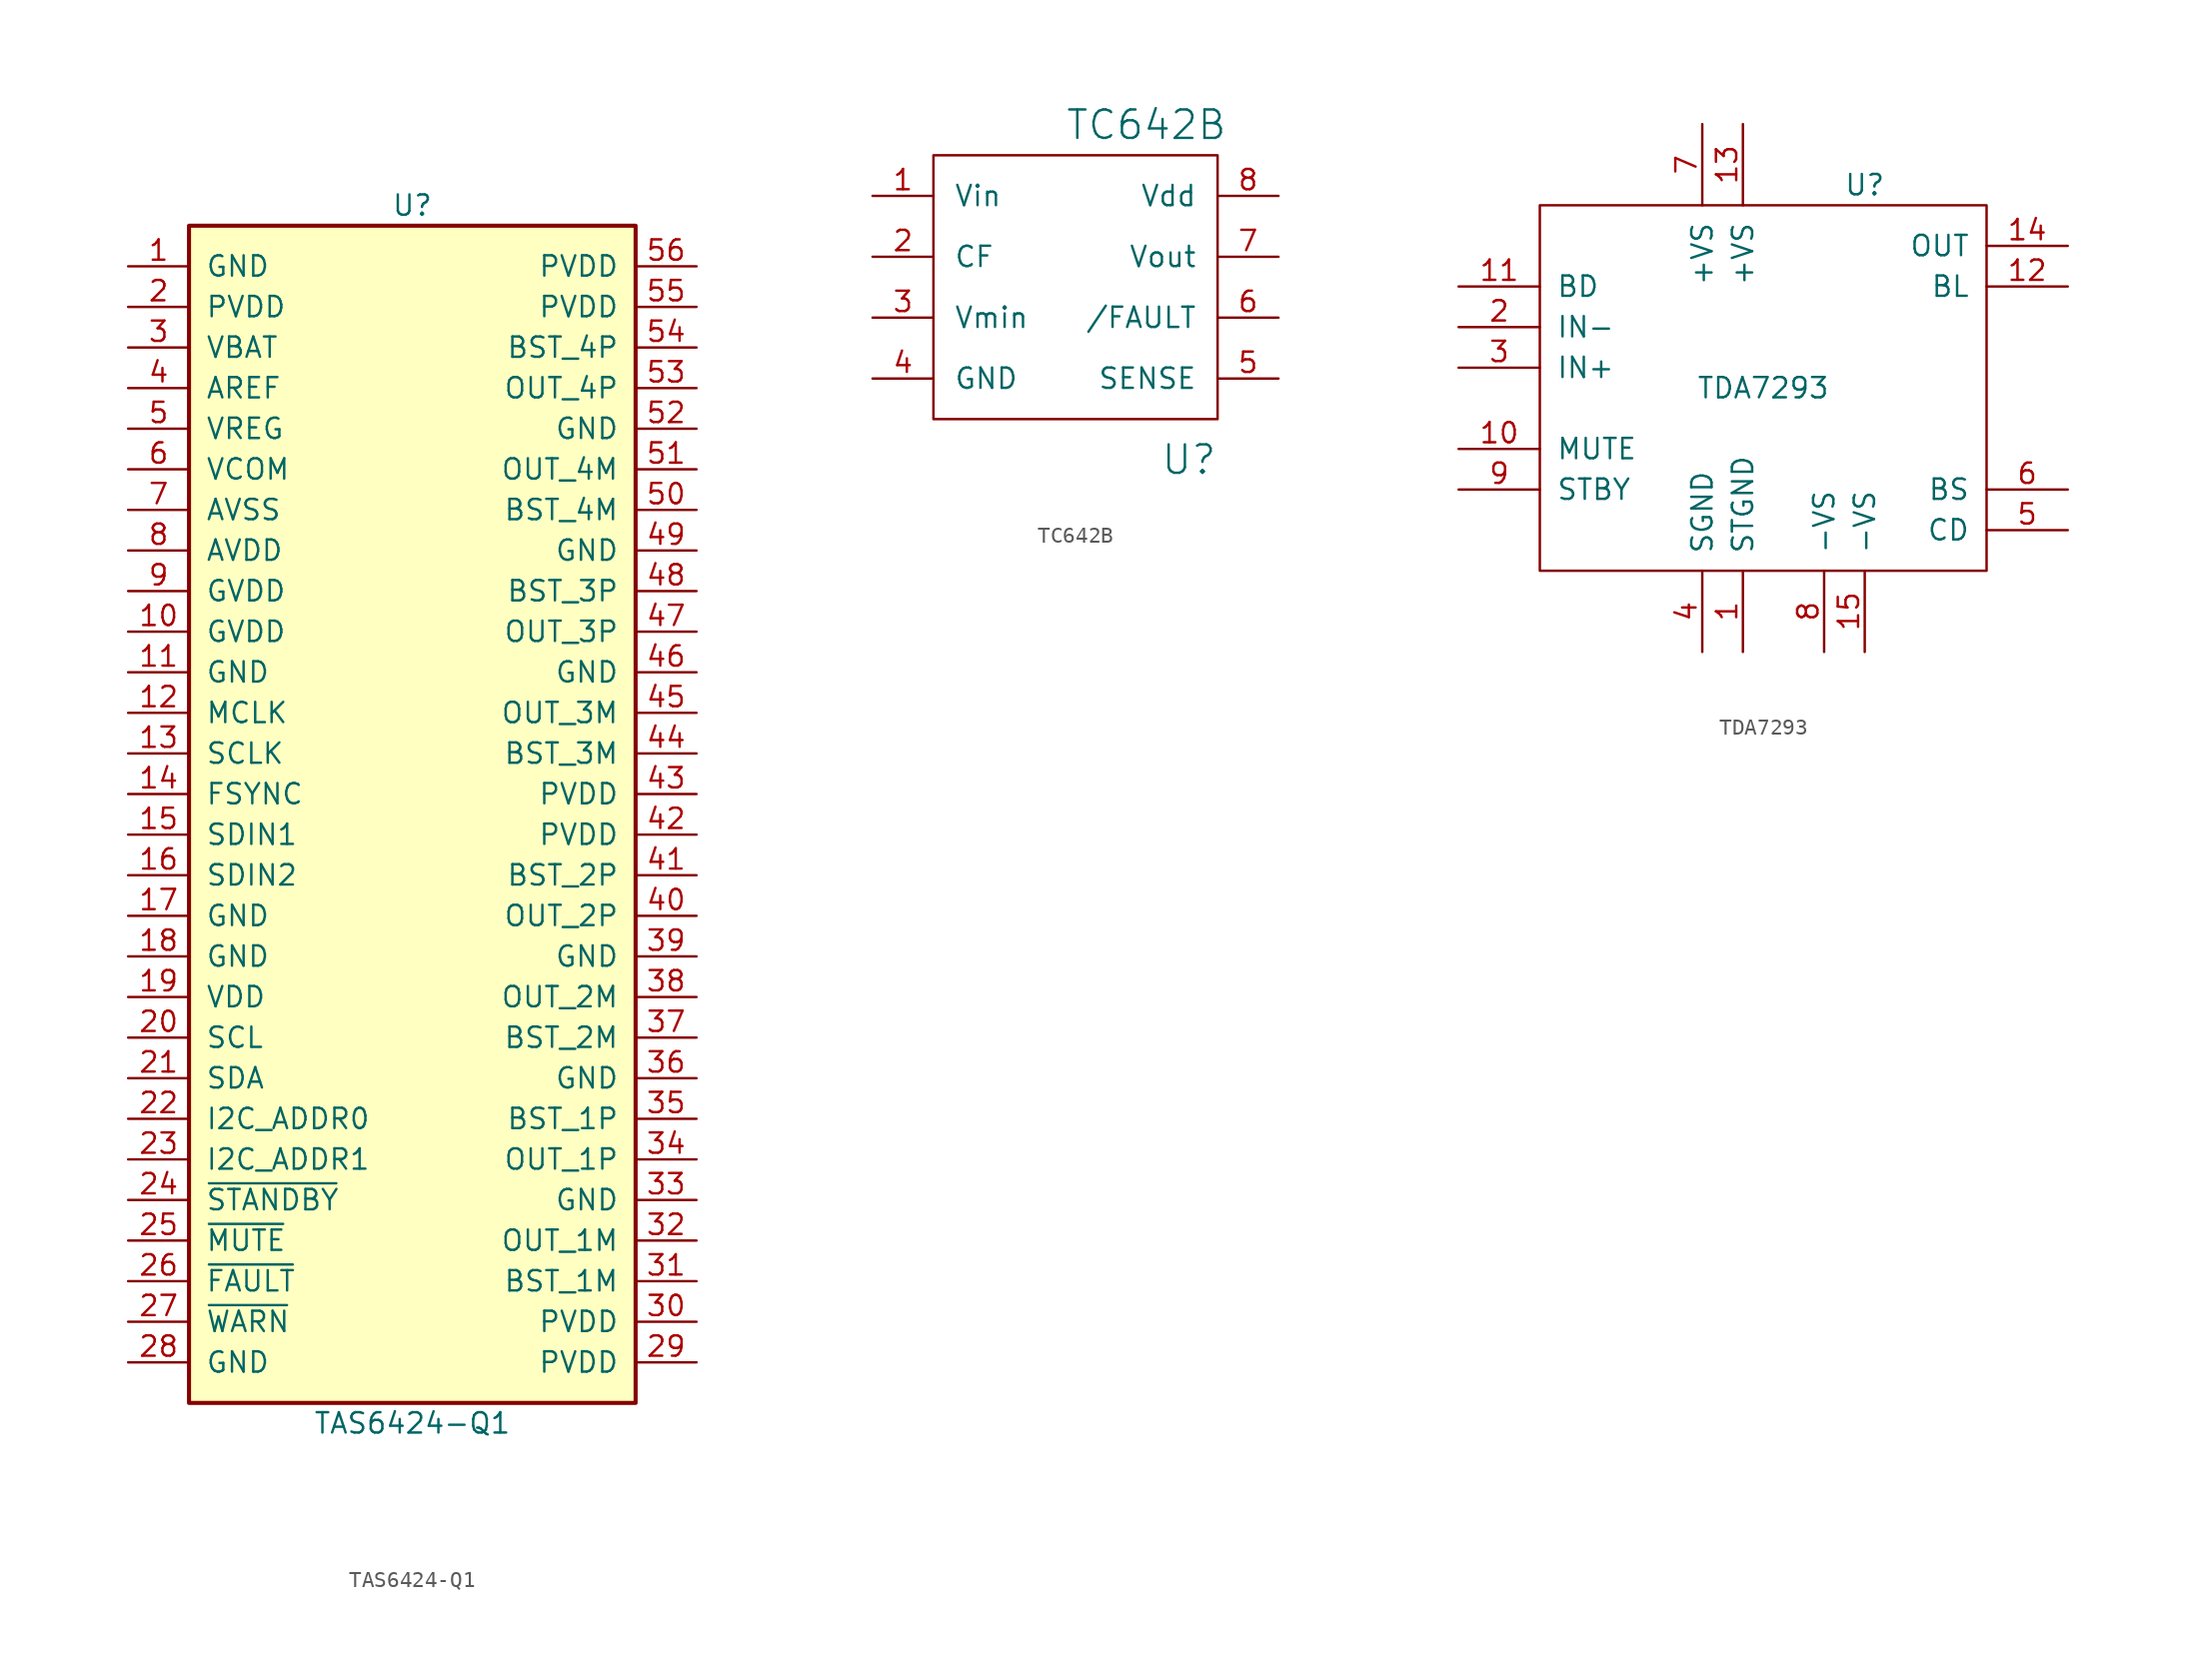
<source format=kicad_sym>
(kicad_symbol_lib
  (version 20211014)
  (generator kicad_symbol_editor)
  (symbol "TAS6424-Q1"
    (pin_names
      (offset 1.016))
    (property "Reference" "U"
      (at 0 39.37 0)
      (effects (font (size 1.27 1.27))))
    (property "Value" "TAS6424-Q1"
      (at 0 -36.83 0)
      (effects (font (size 1.27 1.27))))
    (symbol "TAS6424-Q1_0_1"
      (rectangle (start -13.97 38.1) (end 13.97 -35.56) (stroke (width 0.254) (type default) (color 0 0 0 0)) (fill (type background))))
    (symbol "TAS6424-Q1_1_1"
      (pin power_out line (at -17.78 35.56 0) (length 3.81) (name "GND" (effects (font (size 1.27 1.27)))) (number "1" (effects (font (size 1.27 1.27)))))
      (pin power_in line (at -17.78 12.7 0) (length 3.81) (name "GVDD" (effects (font (size 1.27 1.27)))) (number "10" (effects (font (size 1.27 1.27)))))
      (pin power_out line (at -17.78 10.16 0) (length 3.81) (name "GND" (effects (font (size 1.27 1.27)))) (number "11" (effects (font (size 1.27 1.27)))))
      (pin input line (at -17.78 7.62 0) (length 3.81) (name "MCLK" (effects (font (size 1.27 1.27)))) (number "12" (effects (font (size 1.27 1.27)))))
      (pin input line (at -17.78 5.08 0) (length 3.81) (name "SCLK" (effects (font (size 1.27 1.27)))) (number "13" (effects (font (size 1.27 1.27)))))
      (pin input line (at -17.78 2.54 0) (length 3.81) (name "FSYNC" (effects (font (size 1.27 1.27)))) (number "14" (effects (font (size 1.27 1.27)))))
      (pin input line (at -17.78 0 0) (length 3.81) (name "SDIN1" (effects (font (size 1.27 1.27)))) (number "15" (effects (font (size 1.27 1.27)))))
      (pin input line (at -17.78 -2.54 0) (length 3.81) (name "SDIN2" (effects (font (size 1.27 1.27)))) (number "16" (effects (font (size 1.27 1.27)))))
      (pin power_out line (at -17.78 -5.08 0) (length 3.81) (name "GND" (effects (font (size 1.27 1.27)))) (number "17" (effects (font (size 1.27 1.27)))))
      (pin power_out line (at -17.78 -7.62 0) (length 3.81) (name "GND" (effects (font (size 1.27 1.27)))) (number "18" (effects (font (size 1.27 1.27)))))
      (pin power_in line (at -17.78 -10.16 0) (length 3.81) (name "VDD" (effects (font (size 1.27 1.27)))) (number "19" (effects (font (size 1.27 1.27)))))
      (pin power_in line (at -17.78 33.02 0) (length 3.81) (name "PVDD" (effects (font (size 1.27 1.27)))) (number "2" (effects (font (size 1.27 1.27)))))
      (pin input line (at -17.78 -12.7 0) (length 3.81) (name "SCL" (effects (font (size 1.27 1.27)))) (number "20" (effects (font (size 1.27 1.27)))))
      (pin bidirectional line (at -17.78 -15.24 0) (length 3.81) (name "SDA" (effects (font (size 1.27 1.27)))) (number "21" (effects (font (size 1.27 1.27)))))
      (pin input line (at -17.78 -17.78 0) (length 3.81) (name "I2C_ADDR0" (effects (font (size 1.27 1.27)))) (number "22" (effects (font (size 1.27 1.27)))))
      (pin input line (at -17.78 -20.32 0) (length 3.81) (name "I2C_ADDR1" (effects (font (size 1.27 1.27)))) (number "23" (effects (font (size 1.27 1.27)))))
      (pin input line (at -17.78 -22.86 0) (length 3.81) (name "~{STANDBY}" (effects (font (size 1.27 1.27)))) (number "24" (effects (font (size 1.27 1.27)))))
      (pin input line (at -17.78 -25.4 0) (length 3.81) (name "~{MUTE}" (effects (font (size 1.27 1.27)))) (number "25" (effects (font (size 1.27 1.27)))))
      (pin output line (at -17.78 -27.94 0) (length 3.81) (name "~{FAULT}" (effects (font (size 1.27 1.27)))) (number "26" (effects (font (size 1.27 1.27)))))
      (pin output line (at -17.78 -30.48 0) (length 3.81) (name "~{WARN}" (effects (font (size 1.27 1.27)))) (number "27" (effects (font (size 1.27 1.27)))))
      (pin power_out line (at -17.78 -33.02 0) (length 3.81) (name "GND" (effects (font (size 1.27 1.27)))) (number "28" (effects (font (size 1.27 1.27)))))
      (pin power_in line (at 17.78 -33.02 180) (length 3.81) (name "PVDD" (effects (font (size 1.27 1.27)))) (number "29" (effects (font (size 1.27 1.27)))))
      (pin input line (at -17.78 30.48 0) (length 3.81) (name "VBAT" (effects (font (size 1.27 1.27)))) (number "3" (effects (font (size 1.27 1.27)))))
      (pin power_in line (at 17.78 -30.48 180) (length 3.81) (name "PVDD" (effects (font (size 1.27 1.27)))) (number "30" (effects (font (size 1.27 1.27)))))
      (pin passive line (at 17.78 -27.94 180) (length 3.81) (name "BST_1M" (effects (font (size 1.27 1.27)))) (number "31" (effects (font (size 1.27 1.27)))))
      (pin output line (at 17.78 -25.4 180) (length 3.81) (name "OUT_1M" (effects (font (size 1.27 1.27)))) (number "32" (effects (font (size 1.27 1.27)))))
      (pin power_out line (at 17.78 -22.86 180) (length 3.81) (name "GND" (effects (font (size 1.27 1.27)))) (number "33" (effects (font (size 1.27 1.27)))))
      (pin output line (at 17.78 -20.32 180) (length 3.81) (name "OUT_1P" (effects (font (size 1.27 1.27)))) (number "34" (effects (font (size 1.27 1.27)))))
      (pin passive line (at 17.78 -17.78 180) (length 3.81) (name "BST_1P" (effects (font (size 1.27 1.27)))) (number "35" (effects (font (size 1.27 1.27)))))
      (pin power_out line (at 17.78 -15.24 180) (length 3.81) (name "GND" (effects (font (size 1.27 1.27)))) (number "36" (effects (font (size 1.27 1.27)))))
      (pin passive line (at 17.78 -12.7 180) (length 3.81) (name "BST_2M" (effects (font (size 1.27 1.27)))) (number "37" (effects (font (size 1.27 1.27)))))
      (pin output line (at 17.78 -10.16 180) (length 3.81) (name "OUT_2M" (effects (font (size 1.27 1.27)))) (number "38" (effects (font (size 1.27 1.27)))))
      (pin power_out line (at 17.78 -7.62 180) (length 3.81) (name "GND" (effects (font (size 1.27 1.27)))) (number "39" (effects (font (size 1.27 1.27)))))
      (pin passive line (at -17.78 27.94 0) (length 3.81) (name "AREF" (effects (font (size 1.27 1.27)))) (number "4" (effects (font (size 1.27 1.27)))))
      (pin output line (at 17.78 -5.08 180) (length 3.81) (name "OUT_2P" (effects (font (size 1.27 1.27)))) (number "40" (effects (font (size 1.27 1.27)))))
      (pin passive line (at 17.78 -2.54 180) (length 3.81) (name "BST_2P" (effects (font (size 1.27 1.27)))) (number "41" (effects (font (size 1.27 1.27)))))
      (pin power_in line (at 17.78 0 180) (length 3.81) (name "PVDD" (effects (font (size 1.27 1.27)))) (number "42" (effects (font (size 1.27 1.27)))))
      (pin power_in line (at 17.78 2.54 180) (length 3.81) (name "PVDD" (effects (font (size 1.27 1.27)))) (number "43" (effects (font (size 1.27 1.27)))))
      (pin passive line (at 17.78 5.08 180) (length 3.81) (name "BST_3M" (effects (font (size 1.27 1.27)))) (number "44" (effects (font (size 1.27 1.27)))))
      (pin output line (at 17.78 7.62 180) (length 3.81) (name "OUT_3M" (effects (font (size 1.27 1.27)))) (number "45" (effects (font (size 1.27 1.27)))))
      (pin power_out line (at 17.78 10.16 180) (length 3.81) (name "GND" (effects (font (size 1.27 1.27)))) (number "46" (effects (font (size 1.27 1.27)))))
      (pin output line (at 17.78 12.7 180) (length 3.81) (name "OUT_3P" (effects (font (size 1.27 1.27)))) (number "47" (effects (font (size 1.27 1.27)))))
      (pin passive line (at 17.78 15.24 180) (length 3.81) (name "BST_3P" (effects (font (size 1.27 1.27)))) (number "48" (effects (font (size 1.27 1.27)))))
      (pin power_out line (at 17.78 17.78 180) (length 3.81) (name "GND" (effects (font (size 1.27 1.27)))) (number "49" (effects (font (size 1.27 1.27)))))
      (pin passive line (at -17.78 25.4 0) (length 3.81) (name "VREG" (effects (font (size 1.27 1.27)))) (number "5" (effects (font (size 1.27 1.27)))))
      (pin passive line (at 17.78 20.32 180) (length 3.81) (name "BST_4M" (effects (font (size 1.27 1.27)))) (number "50" (effects (font (size 1.27 1.27)))))
      (pin output line (at 17.78 22.86 180) (length 3.81) (name "OUT_4M" (effects (font (size 1.27 1.27)))) (number "51" (effects (font (size 1.27 1.27)))))
      (pin power_out line (at 17.78 25.4 180) (length 3.81) (name "GND" (effects (font (size 1.27 1.27)))) (number "52" (effects (font (size 1.27 1.27)))))
      (pin output line (at 17.78 27.94 180) (length 3.81) (name "OUT_4P" (effects (font (size 1.27 1.27)))) (number "53" (effects (font (size 1.27 1.27)))))
      (pin passive line (at 17.78 30.48 180) (length 3.81) (name "BST_4P" (effects (font (size 1.27 1.27)))) (number "54" (effects (font (size 1.27 1.27)))))
      (pin power_in line (at 17.78 33.02 180) (length 3.81) (name "PVDD" (effects (font (size 1.27 1.27)))) (number "55" (effects (font (size 1.27 1.27)))))
      (pin power_in line (at 17.78 35.56 180) (length 3.81) (name "PVDD" (effects (font (size 1.27 1.27)))) (number "56" (effects (font (size 1.27 1.27)))))
      (pin passive line (at -17.78 22.86 0) (length 3.81) (name "VCOM" (effects (font (size 1.27 1.27)))) (number "6" (effects (font (size 1.27 1.27)))))
      (pin power_out line (at -17.78 20.32 0) (length 3.81) (name "AVSS" (effects (font (size 1.27 1.27)))) (number "7" (effects (font (size 1.27 1.27)))))
      (pin power_in line (at -17.78 17.78 0) (length 3.81) (name "AVDD" (effects (font (size 1.27 1.27)))) (number "8" (effects (font (size 1.27 1.27)))))
      (pin power_in line (at -17.78 15.24 0) (length 3.81) (name "GVDD" (effects (font (size 1.27 1.27)))) (number "9" (effects (font (size 1.27 1.27)))))))
  (symbol "TC642B"
    (pin_names
      (offset 1.27))
    (property "Reference" "U"
      (at 8.89 -11.43 0)
      (effects (font (size 1.778 1.778)) (justify right)))
    (property "Value" "TC642B"
      (at 9.525 9.525 0)
      (effects (font (size 1.778 1.778)) (justify right)))
    (property "Footprint" ""
      (at 0 0 0)
      (effects (font (size 1.524 1.524))))
    (property "Datasheet" ""
      (at 0 0 0)
      (effects (font (size 1.524 1.524))))
    (symbol "TC642B_0_1"
      (rectangle (start -8.89 -8.89) (end 8.89 7.62) (stroke (width 0) (type default) (color 0 0 0 0)) (fill (type none))))
    (symbol "TC642B_1_1"
      (pin input line (at -12.7 5.08 0) (length 3.81) (name "Vin" (effects (font (size 1.27 1.27)))) (number "1" (effects (font (size 1.27 1.27)))))
      (pin input line (at -12.7 1.27 0) (length 3.81) (name "CF" (effects (font (size 1.27 1.27)))) (number "2" (effects (font (size 1.27 1.27)))))
      (pin input line (at -12.7 -2.54 0) (length 3.81) (name "Vmin" (effects (font (size 1.27 1.27)))) (number "3" (effects (font (size 1.27 1.27)))))
      (pin power_in line (at -12.7 -6.35 0) (length 3.81) (name "GND" (effects (font (size 1.27 1.27)))) (number "4" (effects (font (size 1.27 1.27)))))
      (pin input line (at 12.7 -6.35 180) (length 3.81) (name "SENSE" (effects (font (size 1.27 1.27)))) (number "5" (effects (font (size 1.27 1.27)))))
      (pin open_collector line (at 12.7 -2.54 180) (length 3.81) (name "/FAULT" (effects (font (size 1.27 1.27)))) (number "6" (effects (font (size 1.27 1.27)))))
      (pin output line (at 12.7 1.27 180) (length 3.81) (name "Vout" (effects (font (size 1.27 1.27)))) (number "7" (effects (font (size 1.27 1.27)))))
      (pin power_in line (at 12.7 5.08 180) (length 3.81) (name "Vdd" (effects (font (size 1.27 1.27)))) (number "8" (effects (font (size 1.27 1.27)))))))
  (symbol "TDA7293"
    (pin_names
      (offset 1.016))
    (property "Reference" "U"
      (at 5.08 12.7 0)
      (effects (font (size 1.27 1.27))))
    (property "Value" "TDA7293"
      (at -1.27 0 0)
      (effects (font (size 1.27 1.27))))
    (symbol "TDA7293_0_1"
      (rectangle (start -15.24 11.43) (end 12.7 -11.43) (stroke (width 0) (type default) (color 0 0 0 0)) (fill (type none))))
    (symbol "TDA7293_1_1"
      (pin input line (at -2.54 -16.51 90) (length 5.08) (name "STGND" (effects (font (size 1.27 1.27)))) (number "1" (effects (font (size 1.27 1.27)))))
      (pin input line (at -20.32 -3.81 0) (length 5.08) (name "MUTE" (effects (font (size 1.27 1.27)))) (number "10" (effects (font (size 1.27 1.27)))))
      (pin input line (at -20.32 6.35 0) (length 5.08) (name "BD" (effects (font (size 1.27 1.27)))) (number "11" (effects (font (size 1.27 1.27)))))
      (pin output line (at 17.78 6.35 180) (length 5.08) (name "BL" (effects (font (size 1.27 1.27)))) (number "12" (effects (font (size 1.27 1.27)))))
      (pin power_in line (at -2.54 16.51 270) (length 5.08) (name "+VS" (effects (font (size 1.27 1.27)))) (number "13" (effects (font (size 1.27 1.27)))))
      (pin output line (at 17.78 8.89 180) (length 5.08) (name "OUT" (effects (font (size 1.27 1.27)))) (number "14" (effects (font (size 1.27 1.27)))))
      (pin power_in line (at 5.08 -16.51 90) (length 5.08) (name "-VS" (effects (font (size 1.27 1.27)))) (number "15" (effects (font (size 1.27 1.27)))))
      (pin input line (at -20.32 3.81 0) (length 5.08) (name "IN-" (effects (font (size 1.27 1.27)))) (number "2" (effects (font (size 1.27 1.27)))))
      (pin input line (at -20.32 1.27 0) (length 5.08) (name "IN+" (effects (font (size 1.27 1.27)))) (number "3" (effects (font (size 1.27 1.27)))))
      (pin input line (at -5.08 -16.51 90) (length 5.08) (name "SGND" (effects (font (size 1.27 1.27)))) (number "4" (effects (font (size 1.27 1.27)))))
      (pin output line (at 17.78 -8.89 180) (length 5.08) (name "CD" (effects (font (size 1.27 1.27)))) (number "5" (effects (font (size 1.27 1.27)))))
      (pin input line (at 17.78 -6.35 180) (length 5.08) (name "BS" (effects (font (size 1.27 1.27)))) (number "6" (effects (font (size 1.27 1.27)))))
      (pin power_in line (at -5.08 16.51 270) (length 5.08) (name "+VS" (effects (font (size 1.27 1.27)))) (number "7" (effects (font (size 1.27 1.27)))))
      (pin power_in line (at 2.54 -16.51 90) (length 5.08) (name "-VS" (effects (font (size 1.27 1.27)))) (number "8" (effects (font (size 1.27 1.27)))))
      (pin input line (at -20.32 -6.35 0) (length 5.08) (name "STBY" (effects (font (size 1.27 1.27)))) (number "9" (effects (font (size 1.27 1.27))))))))
</source>
